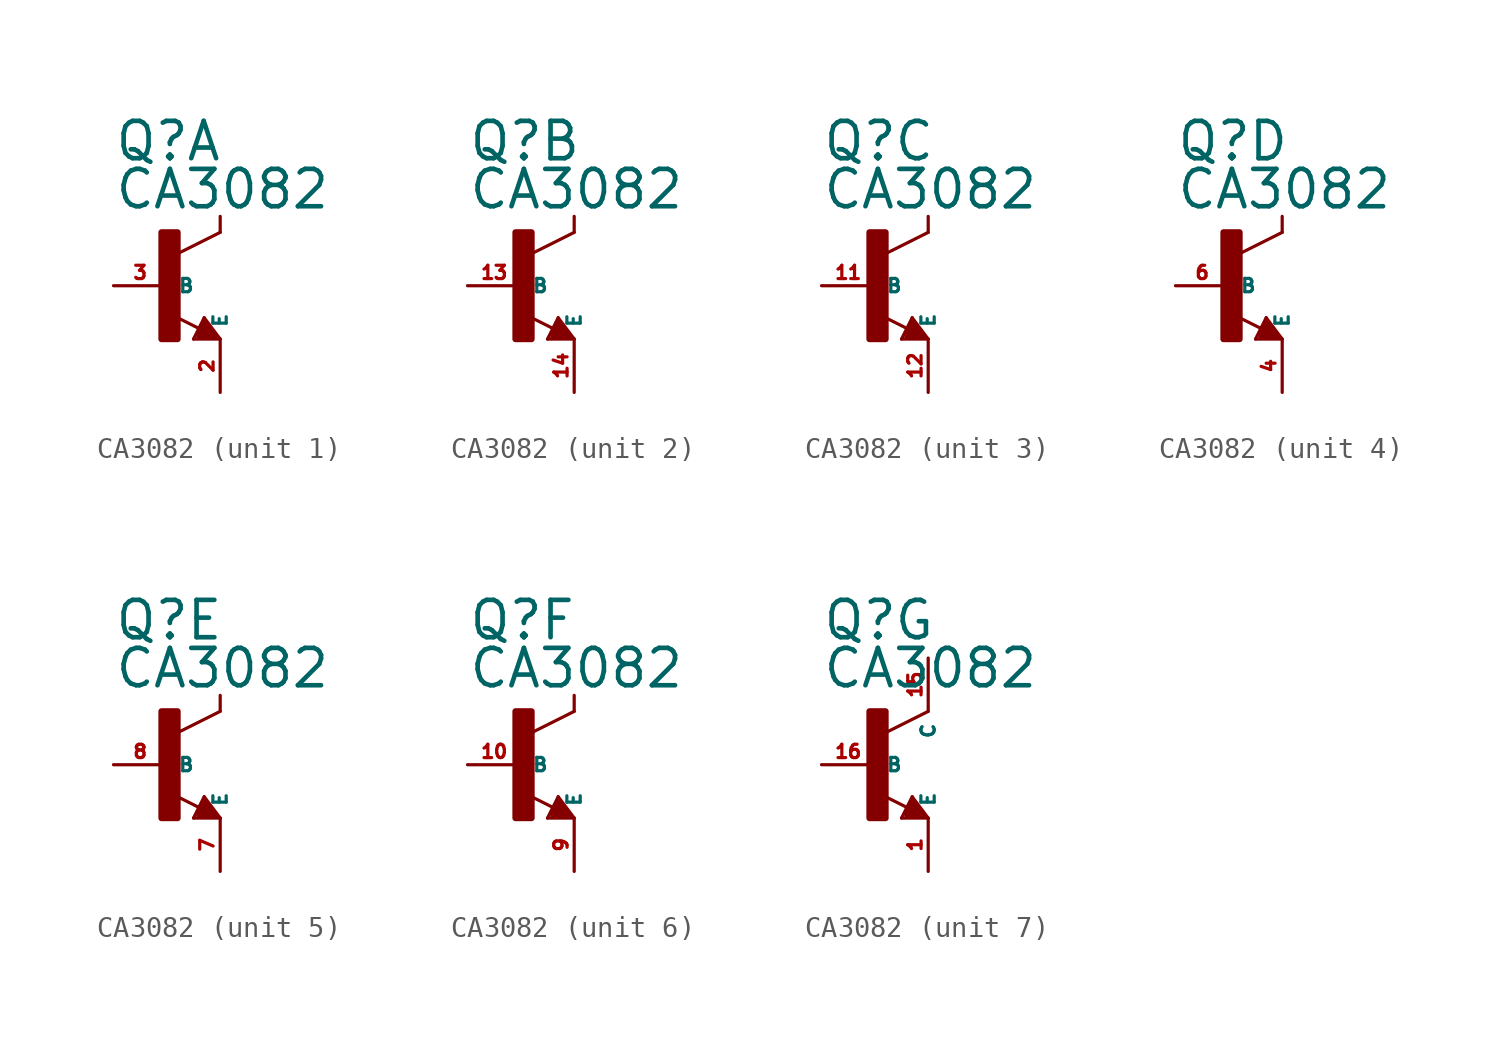
<source format=kicad_sym>
(kicad_symbol_lib
  (version 20220914)
  (generator Eagle2Kicad)
  (symbol "CA3082"
    (property "Reference" "Q"
      (at -2.54 5.842 0)
      (effects (font (size 1.778 1.778) (thickness 0.22)) (justify left bottom)))
    (property "Value" "CA3082"
      (at -2.54 3.556 0)
      (effects (font (size 1.778 1.778) (thickness 0.22)) (justify left bottom)))
    (symbol "CA3082_1_0"
      (polyline (pts (xy 2.54 2.54) (xy 0.508 1.524)) (stroke (width 0.152) (type default)) (fill (type none)))
      (polyline (pts (xy 1.54 -2.04) (xy 0.308 -1.424)) (stroke (width 0.152) (type default)) (fill (type none)))
      (polyline (pts (xy 2.54 2.54) (xy 2.54 3.302)) (stroke (width 0.152) (type default)) (fill (type none)))
      (polyline (pts (xy 1.778 -1.524) (xy 2.54 -2.54)) (stroke (width 0.152) (type default)) (fill (type none)))
      (polyline (pts (xy 2.54 -2.54) (xy 1.27 -2.54)) (stroke (width 0.152) (type default)) (fill (type none)))
      (polyline (pts (xy 1.27 -2.54) (xy 1.778 -1.524)) (stroke (width 0.152) (type default)) (fill (type none)))
      (polyline (pts (xy 1.524 -2.413) (xy 2.286 -2.413)) (stroke (width 0.254) (type default)) (fill (type none)))
      (polyline (pts (xy 2.286 -2.413) (xy 1.778 -1.778)) (stroke (width 0.254) (type default)) (fill (type none)))
      (polyline (pts (xy 1.778 -1.778) (xy 1.524 -2.286)) (stroke (width 0.254) (type default)) (fill (type none)))
      (polyline (pts (xy 1.524 -2.286) (xy 1.905 -2.286)) (stroke (width 0.254) (type default)) (fill (type none)))
      (polyline (pts (xy 1.905 -2.286) (xy 1.778 -2.032)) (stroke (width 0.254) (type default)) (fill (type none)))
      (rectangle (start -0.254 -2.54) (end 0.508 2.54) (stroke (width 0.3) (type default)) (fill (type outline)))
      (pin passive line (at -2.54 0 0) (length 2.54) (name "B" (effects (font (size 0.635 0.635) (thickness 0.08)) (justify left bottom))) (number "3" (effects (font (size 0.635 0.635) (thickness 0.08)) (justify left bottom))))
      (pin passive line (at 2.54 -5.08 90) (length 2.54) (name "E" (effects (font (size 0.635 0.635) (thickness 0.08)) (justify left bottom))) (number "2" (effects (font (size 0.635 0.635) (thickness 0.08)) (justify left bottom)))))
    (symbol "CA3082_2_0"
      (polyline (pts (xy 2.54 2.54) (xy 0.508 1.524)) (stroke (width 0.152) (type default)) (fill (type none)))
      (polyline (pts (xy 1.54 -2.04) (xy 0.308 -1.424)) (stroke (width 0.152) (type default)) (fill (type none)))
      (polyline (pts (xy 2.54 2.54) (xy 2.54 3.302)) (stroke (width 0.152) (type default)) (fill (type none)))
      (polyline (pts (xy 1.778 -1.524) (xy 2.54 -2.54)) (stroke (width 0.152) (type default)) (fill (type none)))
      (polyline (pts (xy 2.54 -2.54) (xy 1.27 -2.54)) (stroke (width 0.152) (type default)) (fill (type none)))
      (polyline (pts (xy 1.27 -2.54) (xy 1.778 -1.524)) (stroke (width 0.152) (type default)) (fill (type none)))
      (polyline (pts (xy 1.524 -2.413) (xy 2.286 -2.413)) (stroke (width 0.254) (type default)) (fill (type none)))
      (polyline (pts (xy 2.286 -2.413) (xy 1.778 -1.778)) (stroke (width 0.254) (type default)) (fill (type none)))
      (polyline (pts (xy 1.778 -1.778) (xy 1.524 -2.286)) (stroke (width 0.254) (type default)) (fill (type none)))
      (polyline (pts (xy 1.524 -2.286) (xy 1.905 -2.286)) (stroke (width 0.254) (type default)) (fill (type none)))
      (polyline (pts (xy 1.905 -2.286) (xy 1.778 -2.032)) (stroke (width 0.254) (type default)) (fill (type none)))
      (rectangle (start -0.254 -2.54) (end 0.508 2.54) (stroke (width 0.3) (type default)) (fill (type outline)))
      (pin passive line (at -2.54 0 0) (length 2.54) (name "B" (effects (font (size 0.635 0.635) (thickness 0.08)) (justify left bottom))) (number "13" (effects (font (size 0.635 0.635) (thickness 0.08)) (justify left bottom))))
      (pin passive line (at 2.54 -5.08 90) (length 2.54) (name "E" (effects (font (size 0.635 0.635) (thickness 0.08)) (justify left bottom))) (number "14" (effects (font (size 0.635 0.635) (thickness 0.08)) (justify left bottom)))))
    (symbol "CA3082_3_0"
      (polyline (pts (xy 2.54 2.54) (xy 0.508 1.524)) (stroke (width 0.152) (type default)) (fill (type none)))
      (polyline (pts (xy 1.54 -2.04) (xy 0.308 -1.424)) (stroke (width 0.152) (type default)) (fill (type none)))
      (polyline (pts (xy 2.54 2.54) (xy 2.54 3.302)) (stroke (width 0.152) (type default)) (fill (type none)))
      (polyline (pts (xy 1.778 -1.524) (xy 2.54 -2.54)) (stroke (width 0.152) (type default)) (fill (type none)))
      (polyline (pts (xy 2.54 -2.54) (xy 1.27 -2.54)) (stroke (width 0.152) (type default)) (fill (type none)))
      (polyline (pts (xy 1.27 -2.54) (xy 1.778 -1.524)) (stroke (width 0.152) (type default)) (fill (type none)))
      (polyline (pts (xy 1.524 -2.413) (xy 2.286 -2.413)) (stroke (width 0.254) (type default)) (fill (type none)))
      (polyline (pts (xy 2.286 -2.413) (xy 1.778 -1.778)) (stroke (width 0.254) (type default)) (fill (type none)))
      (polyline (pts (xy 1.778 -1.778) (xy 1.524 -2.286)) (stroke (width 0.254) (type default)) (fill (type none)))
      (polyline (pts (xy 1.524 -2.286) (xy 1.905 -2.286)) (stroke (width 0.254) (type default)) (fill (type none)))
      (polyline (pts (xy 1.905 -2.286) (xy 1.778 -2.032)) (stroke (width 0.254) (type default)) (fill (type none)))
      (rectangle (start -0.254 -2.54) (end 0.508 2.54) (stroke (width 0.3) (type default)) (fill (type outline)))
      (pin passive line (at -2.54 0 0) (length 2.54) (name "B" (effects (font (size 0.635 0.635) (thickness 0.08)) (justify left bottom))) (number "11" (effects (font (size 0.635 0.635) (thickness 0.08)) (justify left bottom))))
      (pin passive line (at 2.54 -5.08 90) (length 2.54) (name "E" (effects (font (size 0.635 0.635) (thickness 0.08)) (justify left bottom))) (number "12" (effects (font (size 0.635 0.635) (thickness 0.08)) (justify left bottom)))))
    (symbol "CA3082_4_0"
      (polyline (pts (xy 2.54 2.54) (xy 0.508 1.524)) (stroke (width 0.152) (type default)) (fill (type none)))
      (polyline (pts (xy 1.54 -2.04) (xy 0.308 -1.424)) (stroke (width 0.152) (type default)) (fill (type none)))
      (polyline (pts (xy 2.54 2.54) (xy 2.54 3.302)) (stroke (width 0.152) (type default)) (fill (type none)))
      (polyline (pts (xy 1.778 -1.524) (xy 2.54 -2.54)) (stroke (width 0.152) (type default)) (fill (type none)))
      (polyline (pts (xy 2.54 -2.54) (xy 1.27 -2.54)) (stroke (width 0.152) (type default)) (fill (type none)))
      (polyline (pts (xy 1.27 -2.54) (xy 1.778 -1.524)) (stroke (width 0.152) (type default)) (fill (type none)))
      (polyline (pts (xy 1.524 -2.413) (xy 2.286 -2.413)) (stroke (width 0.254) (type default)) (fill (type none)))
      (polyline (pts (xy 2.286 -2.413) (xy 1.778 -1.778)) (stroke (width 0.254) (type default)) (fill (type none)))
      (polyline (pts (xy 1.778 -1.778) (xy 1.524 -2.286)) (stroke (width 0.254) (type default)) (fill (type none)))
      (polyline (pts (xy 1.524 -2.286) (xy 1.905 -2.286)) (stroke (width 0.254) (type default)) (fill (type none)))
      (polyline (pts (xy 1.905 -2.286) (xy 1.778 -2.032)) (stroke (width 0.254) (type default)) (fill (type none)))
      (rectangle (start -0.254 -2.54) (end 0.508 2.54) (stroke (width 0.3) (type default)) (fill (type outline)))
      (pin passive line (at -2.54 0 0) (length 2.54) (name "B" (effects (font (size 0.635 0.635) (thickness 0.08)) (justify left bottom))) (number "6" (effects (font (size 0.635 0.635) (thickness 0.08)) (justify left bottom))))
      (pin passive line (at 2.54 -5.08 90) (length 2.54) (name "E" (effects (font (size 0.635 0.635) (thickness 0.08)) (justify left bottom))) (number "4" (effects (font (size 0.635 0.635) (thickness 0.08)) (justify left bottom)))))
    (symbol "CA3082_5_0"
      (polyline (pts (xy 2.54 2.54) (xy 0.508 1.524)) (stroke (width 0.152) (type default)) (fill (type none)))
      (polyline (pts (xy 1.54 -2.04) (xy 0.308 -1.424)) (stroke (width 0.152) (type default)) (fill (type none)))
      (polyline (pts (xy 2.54 2.54) (xy 2.54 3.302)) (stroke (width 0.152) (type default)) (fill (type none)))
      (polyline (pts (xy 1.778 -1.524) (xy 2.54 -2.54)) (stroke (width 0.152) (type default)) (fill (type none)))
      (polyline (pts (xy 2.54 -2.54) (xy 1.27 -2.54)) (stroke (width 0.152) (type default)) (fill (type none)))
      (polyline (pts (xy 1.27 -2.54) (xy 1.778 -1.524)) (stroke (width 0.152) (type default)) (fill (type none)))
      (polyline (pts (xy 1.524 -2.413) (xy 2.286 -2.413)) (stroke (width 0.254) (type default)) (fill (type none)))
      (polyline (pts (xy 2.286 -2.413) (xy 1.778 -1.778)) (stroke (width 0.254) (type default)) (fill (type none)))
      (polyline (pts (xy 1.778 -1.778) (xy 1.524 -2.286)) (stroke (width 0.254) (type default)) (fill (type none)))
      (polyline (pts (xy 1.524 -2.286) (xy 1.905 -2.286)) (stroke (width 0.254) (type default)) (fill (type none)))
      (polyline (pts (xy 1.905 -2.286) (xy 1.778 -2.032)) (stroke (width 0.254) (type default)) (fill (type none)))
      (rectangle (start -0.254 -2.54) (end 0.508 2.54) (stroke (width 0.3) (type default)) (fill (type outline)))
      (pin passive line (at -2.54 0 0) (length 2.54) (name "B" (effects (font (size 0.635 0.635) (thickness 0.08)) (justify left bottom))) (number "8" (effects (font (size 0.635 0.635) (thickness 0.08)) (justify left bottom))))
      (pin passive line (at 2.54 -5.08 90) (length 2.54) (name "E" (effects (font (size 0.635 0.635) (thickness 0.08)) (justify left bottom))) (number "7" (effects (font (size 0.635 0.635) (thickness 0.08)) (justify left bottom)))))
    (symbol "CA3082_6_0"
      (polyline (pts (xy 2.54 2.54) (xy 0.508 1.524)) (stroke (width 0.152) (type default)) (fill (type none)))
      (polyline (pts (xy 1.54 -2.04) (xy 0.308 -1.424)) (stroke (width 0.152) (type default)) (fill (type none)))
      (polyline (pts (xy 2.54 2.54) (xy 2.54 3.302)) (stroke (width 0.152) (type default)) (fill (type none)))
      (polyline (pts (xy 1.778 -1.524) (xy 2.54 -2.54)) (stroke (width 0.152) (type default)) (fill (type none)))
      (polyline (pts (xy 2.54 -2.54) (xy 1.27 -2.54)) (stroke (width 0.152) (type default)) (fill (type none)))
      (polyline (pts (xy 1.27 -2.54) (xy 1.778 -1.524)) (stroke (width 0.152) (type default)) (fill (type none)))
      (polyline (pts (xy 1.524 -2.413) (xy 2.286 -2.413)) (stroke (width 0.254) (type default)) (fill (type none)))
      (polyline (pts (xy 2.286 -2.413) (xy 1.778 -1.778)) (stroke (width 0.254) (type default)) (fill (type none)))
      (polyline (pts (xy 1.778 -1.778) (xy 1.524 -2.286)) (stroke (width 0.254) (type default)) (fill (type none)))
      (polyline (pts (xy 1.524 -2.286) (xy 1.905 -2.286)) (stroke (width 0.254) (type default)) (fill (type none)))
      (polyline (pts (xy 1.905 -2.286) (xy 1.778 -2.032)) (stroke (width 0.254) (type default)) (fill (type none)))
      (rectangle (start -0.254 -2.54) (end 0.508 2.54) (stroke (width 0.3) (type default)) (fill (type outline)))
      (pin passive line (at -2.54 0 0) (length 2.54) (name "B" (effects (font (size 0.635 0.635) (thickness 0.08)) (justify left bottom))) (number "10" (effects (font (size 0.635 0.635) (thickness 0.08)) (justify left bottom))))
      (pin passive line (at 2.54 -5.08 90) (length 2.54) (name "E" (effects (font (size 0.635 0.635) (thickness 0.08)) (justify left bottom))) (number "9" (effects (font (size 0.635 0.635) (thickness 0.08)) (justify left bottom)))))
    (symbol "CA3082_7_0"
      (polyline (pts (xy 2.54 2.54) (xy 0.508 1.524)) (stroke (width 0.152) (type default)) (fill (type none)))
      (polyline (pts (xy 1.54 -2.04) (xy 0.308 -1.424)) (stroke (width 0.152) (type default)) (fill (type none)))
      (polyline (pts (xy 1.778 -1.524) (xy 2.54 -2.54)) (stroke (width 0.152) (type default)) (fill (type none)))
      (polyline (pts (xy 2.54 -2.54) (xy 1.27 -2.54)) (stroke (width 0.152) (type default)) (fill (type none)))
      (polyline (pts (xy 1.27 -2.54) (xy 1.778 -1.524)) (stroke (width 0.152) (type default)) (fill (type none)))
      (polyline (pts (xy 1.524 -2.413) (xy 2.286 -2.413)) (stroke (width 0.254) (type default)) (fill (type none)))
      (polyline (pts (xy 2.286 -2.413) (xy 1.778 -1.778)) (stroke (width 0.254) (type default)) (fill (type none)))
      (polyline (pts (xy 1.778 -1.778) (xy 1.524 -2.286)) (stroke (width 0.254) (type default)) (fill (type none)))
      (polyline (pts (xy 1.524 -2.286) (xy 1.905 -2.286)) (stroke (width 0.254) (type default)) (fill (type none)))
      (polyline (pts (xy 1.905 -2.286) (xy 1.778 -2.032)) (stroke (width 0.254) (type default)) (fill (type none)))
      (rectangle (start -0.254 -2.54) (end 0.508 2.54) (stroke (width 0.3) (type default)) (fill (type outline)))
      (pin passive line (at -2.54 0 0) (length 2.54) (name "B" (effects (font (size 0.635 0.635) (thickness 0.08)) (justify left bottom))) (number "16" (effects (font (size 0.635 0.635) (thickness 0.08)) (justify left bottom))))
      (pin passive line (at 2.54 -5.08 90) (length 2.54) (name "E" (effects (font (size 0.635 0.635) (thickness 0.08)) (justify left bottom))) (number "1" (effects (font (size 0.635 0.635) (thickness 0.08)) (justify left bottom))))
      (pin passive line (at 2.54 5.08 270) (length 2.54) (name "C" (effects (font (size 0.635 0.635) (thickness 0.08)) (justify left bottom))) (number "15" (effects (font (size 0.635 0.635) (thickness 0.08)) (justify left bottom)))))))
</source>
